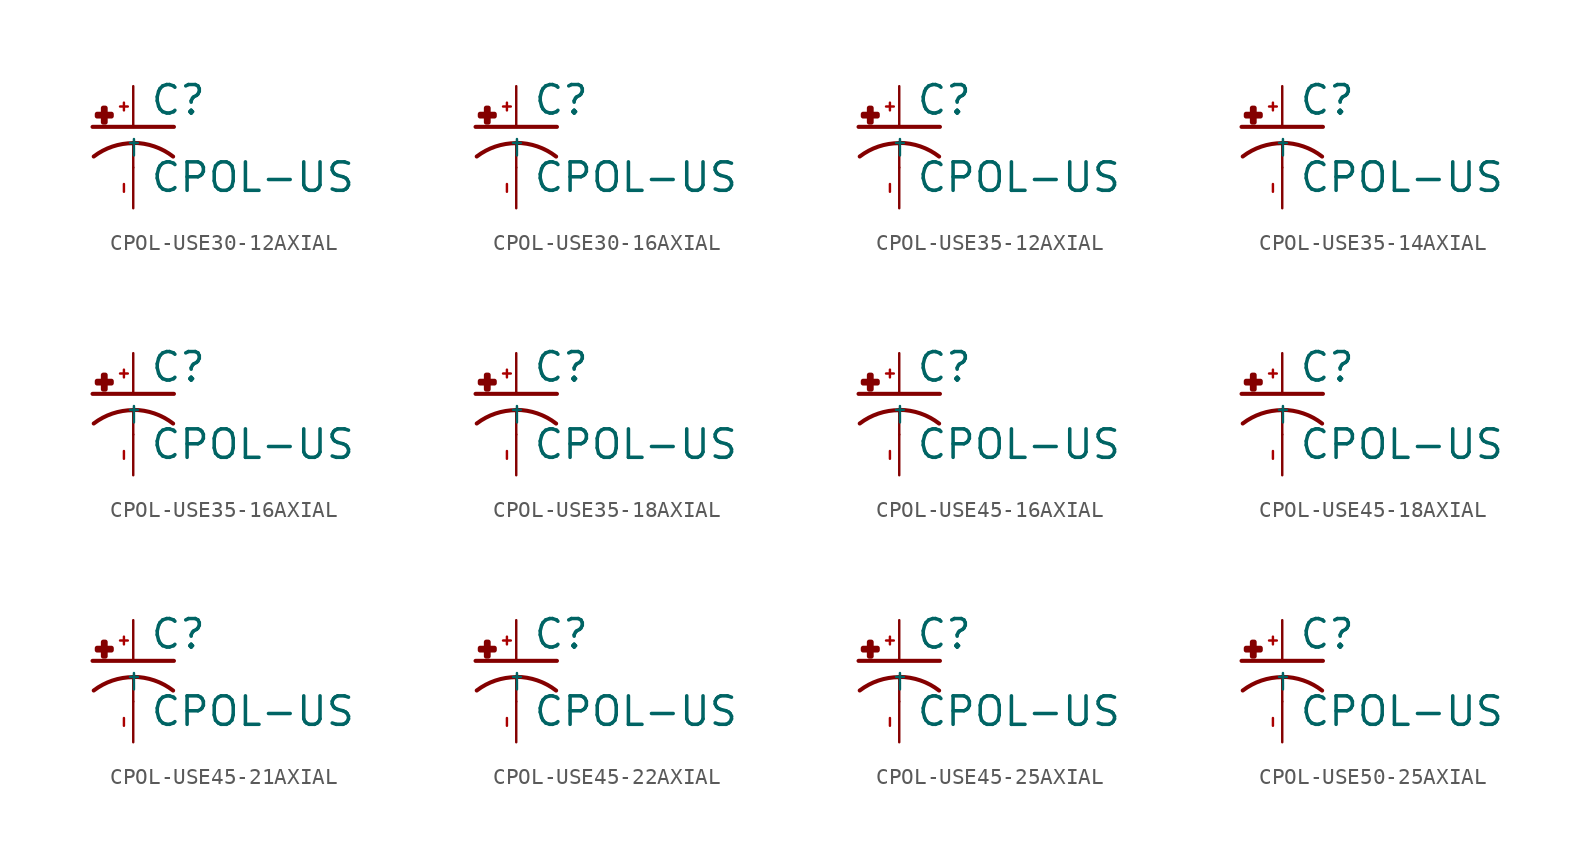
<source format=kicad_sym>
(kicad_symbol_lib
  (version 20220914)
  (generator Eagle2Kicad)
  (symbol "CPOL-USE30-12AXIAL"
    (property "Reference" "C"
      (at 1.016 0.635 0)
      (effects (font (size 1.778 1.778) (thickness 0.22)) (justify left bottom)))
    (property "Value" "CPOL-US"
      (at 1.016 -4.191 0)
      (effects (font (size 1.778 1.778) (thickness 0.22)) (justify left bottom)))
    (polyline
      (pts (xy -2.54 0) (xy 2.54 0))
      (stroke (width 0.254) (type default))
      (fill (type none)))
    (polyline
      (pts (xy 0 -1.016) (xy 0 -2.54))
      (stroke (width 0.152) (type default))
      (fill (type none)))
    (arc
      (start 2.4892 -1.8542)
      (mid 1.316 -1.220)
      (end 0 -1)
      (stroke (width 0.254) (type default))
      (fill (type none)))
    (arc
      (start 0 -1.0161)
      (mid -1.302 -1.230)
      (end -2.4669 -1.8504)
      (stroke (width 0.254) (type default))
      (fill (type none)))
    (rectangle
      (start -2.253 0.668)
      (end -1.364 0.795)
      (stroke (width 0.3) (type default))
      (fill (type outline)))
    (rectangle
      (start -1.872 0.287)
      (end -1.745 1.176)
      (stroke (width 0.3) (type default))
      (fill (type outline)))
    (pin passive line
      (at 0 2.54 270)
      (length 2.54)
      (name "+" (effects (font (size 0.635 0.635) (thickness 0.08)) (justify left bottom)))
      (number "+" (effects (font (size 0.635 0.635) (thickness 0.08)) (justify left bottom))))
    (pin passive line
      (at 0 -5.08 90)
      (length 2.54)
      (name "-" (effects (font (size 0.635 0.635) (thickness 0.08)) (justify left bottom)))
      (number "-" (effects (font (size 0.635 0.635) (thickness 0.08)) (justify left bottom)))))
  (symbol "CPOL-USE30-16AXIAL"
    (property "Reference" "C"
      (at 1.016 0.635 0)
      (effects (font (size 1.778 1.778) (thickness 0.22)) (justify left bottom)))
    (property "Value" "CPOL-US"
      (at 1.016 -4.191 0)
      (effects (font (size 1.778 1.778) (thickness 0.22)) (justify left bottom)))
    (polyline
      (pts (xy -2.54 0) (xy 2.54 0))
      (stroke (width 0.254) (type default))
      (fill (type none)))
    (polyline
      (pts (xy 0 -1.016) (xy 0 -2.54))
      (stroke (width 0.152) (type default))
      (fill (type none)))
    (arc
      (start 2.4892 -1.8542)
      (mid 1.316 -1.220)
      (end 0 -1)
      (stroke (width 0.254) (type default))
      (fill (type none)))
    (arc
      (start 0 -1.0161)
      (mid -1.302 -1.230)
      (end -2.4669 -1.8504)
      (stroke (width 0.254) (type default))
      (fill (type none)))
    (rectangle
      (start -2.253 0.668)
      (end -1.364 0.795)
      (stroke (width 0.3) (type default))
      (fill (type outline)))
    (rectangle
      (start -1.872 0.287)
      (end -1.745 1.176)
      (stroke (width 0.3) (type default))
      (fill (type outline)))
    (pin passive line
      (at 0 2.54 270)
      (length 2.54)
      (name "+" (effects (font (size 0.635 0.635) (thickness 0.08)) (justify left bottom)))
      (number "+" (effects (font (size 0.635 0.635) (thickness 0.08)) (justify left bottom))))
    (pin passive line
      (at 0 -5.08 90)
      (length 2.54)
      (name "-" (effects (font (size 0.635 0.635) (thickness 0.08)) (justify left bottom)))
      (number "-" (effects (font (size 0.635 0.635) (thickness 0.08)) (justify left bottom)))))
  (symbol "CPOL-USE35-12AXIAL"
    (property "Reference" "C"
      (at 1.016 0.635 0)
      (effects (font (size 1.778 1.778) (thickness 0.22)) (justify left bottom)))
    (property "Value" "CPOL-US"
      (at 1.016 -4.191 0)
      (effects (font (size 1.778 1.778) (thickness 0.22)) (justify left bottom)))
    (polyline
      (pts (xy -2.54 0) (xy 2.54 0))
      (stroke (width 0.254) (type default))
      (fill (type none)))
    (polyline
      (pts (xy 0 -1.016) (xy 0 -2.54))
      (stroke (width 0.152) (type default))
      (fill (type none)))
    (arc
      (start 2.4892 -1.8542)
      (mid 1.316 -1.220)
      (end 0 -1)
      (stroke (width 0.254) (type default))
      (fill (type none)))
    (arc
      (start 0 -1.0161)
      (mid -1.302 -1.230)
      (end -2.4669 -1.8504)
      (stroke (width 0.254) (type default))
      (fill (type none)))
    (rectangle
      (start -2.253 0.668)
      (end -1.364 0.795)
      (stroke (width 0.3) (type default))
      (fill (type outline)))
    (rectangle
      (start -1.872 0.287)
      (end -1.745 1.176)
      (stroke (width 0.3) (type default))
      (fill (type outline)))
    (pin passive line
      (at 0 2.54 270)
      (length 2.54)
      (name "+" (effects (font (size 0.635 0.635) (thickness 0.08)) (justify left bottom)))
      (number "+" (effects (font (size 0.635 0.635) (thickness 0.08)) (justify left bottom))))
    (pin passive line
      (at 0 -5.08 90)
      (length 2.54)
      (name "-" (effects (font (size 0.635 0.635) (thickness 0.08)) (justify left bottom)))
      (number "-" (effects (font (size 0.635 0.635) (thickness 0.08)) (justify left bottom)))))
  (symbol "CPOL-USE35-14AXIAL"
    (property "Reference" "C"
      (at 1.016 0.635 0)
      (effects (font (size 1.778 1.778) (thickness 0.22)) (justify left bottom)))
    (property "Value" "CPOL-US"
      (at 1.016 -4.191 0)
      (effects (font (size 1.778 1.778) (thickness 0.22)) (justify left bottom)))
    (polyline
      (pts (xy -2.54 0) (xy 2.54 0))
      (stroke (width 0.254) (type default))
      (fill (type none)))
    (polyline
      (pts (xy 0 -1.016) (xy 0 -2.54))
      (stroke (width 0.152) (type default))
      (fill (type none)))
    (arc
      (start 2.4892 -1.8542)
      (mid 1.316 -1.220)
      (end 0 -1)
      (stroke (width 0.254) (type default))
      (fill (type none)))
    (arc
      (start 0 -1.0161)
      (mid -1.302 -1.230)
      (end -2.4669 -1.8504)
      (stroke (width 0.254) (type default))
      (fill (type none)))
    (rectangle
      (start -2.253 0.668)
      (end -1.364 0.795)
      (stroke (width 0.3) (type default))
      (fill (type outline)))
    (rectangle
      (start -1.872 0.287)
      (end -1.745 1.176)
      (stroke (width 0.3) (type default))
      (fill (type outline)))
    (pin passive line
      (at 0 2.54 270)
      (length 2.54)
      (name "+" (effects (font (size 0.635 0.635) (thickness 0.08)) (justify left bottom)))
      (number "+" (effects (font (size 0.635 0.635) (thickness 0.08)) (justify left bottom))))
    (pin passive line
      (at 0 -5.08 90)
      (length 2.54)
      (name "-" (effects (font (size 0.635 0.635) (thickness 0.08)) (justify left bottom)))
      (number "-" (effects (font (size 0.635 0.635) (thickness 0.08)) (justify left bottom)))))
  (symbol "CPOL-USE35-16AXIAL"
    (property "Reference" "C"
      (at 1.016 0.635 0)
      (effects (font (size 1.778 1.778) (thickness 0.22)) (justify left bottom)))
    (property "Value" "CPOL-US"
      (at 1.016 -4.191 0)
      (effects (font (size 1.778 1.778) (thickness 0.22)) (justify left bottom)))
    (polyline
      (pts (xy -2.54 0) (xy 2.54 0))
      (stroke (width 0.254) (type default))
      (fill (type none)))
    (polyline
      (pts (xy 0 -1.016) (xy 0 -2.54))
      (stroke (width 0.152) (type default))
      (fill (type none)))
    (arc
      (start 2.4892 -1.8542)
      (mid 1.316 -1.220)
      (end 0 -1)
      (stroke (width 0.254) (type default))
      (fill (type none)))
    (arc
      (start 0 -1.0161)
      (mid -1.302 -1.230)
      (end -2.4669 -1.8504)
      (stroke (width 0.254) (type default))
      (fill (type none)))
    (rectangle
      (start -2.253 0.668)
      (end -1.364 0.795)
      (stroke (width 0.3) (type default))
      (fill (type outline)))
    (rectangle
      (start -1.872 0.287)
      (end -1.745 1.176)
      (stroke (width 0.3) (type default))
      (fill (type outline)))
    (pin passive line
      (at 0 2.54 270)
      (length 2.54)
      (name "+" (effects (font (size 0.635 0.635) (thickness 0.08)) (justify left bottom)))
      (number "+" (effects (font (size 0.635 0.635) (thickness 0.08)) (justify left bottom))))
    (pin passive line
      (at 0 -5.08 90)
      (length 2.54)
      (name "-" (effects (font (size 0.635 0.635) (thickness 0.08)) (justify left bottom)))
      (number "-" (effects (font (size 0.635 0.635) (thickness 0.08)) (justify left bottom)))))
  (symbol "CPOL-USE35-18AXIAL"
    (property "Reference" "C"
      (at 1.016 0.635 0)
      (effects (font (size 1.778 1.778) (thickness 0.22)) (justify left bottom)))
    (property "Value" "CPOL-US"
      (at 1.016 -4.191 0)
      (effects (font (size 1.778 1.778) (thickness 0.22)) (justify left bottom)))
    (polyline
      (pts (xy -2.54 0) (xy 2.54 0))
      (stroke (width 0.254) (type default))
      (fill (type none)))
    (polyline
      (pts (xy 0 -1.016) (xy 0 -2.54))
      (stroke (width 0.152) (type default))
      (fill (type none)))
    (arc
      (start 2.4892 -1.8542)
      (mid 1.316 -1.220)
      (end 0 -1)
      (stroke (width 0.254) (type default))
      (fill (type none)))
    (arc
      (start 0 -1.0161)
      (mid -1.302 -1.230)
      (end -2.4669 -1.8504)
      (stroke (width 0.254) (type default))
      (fill (type none)))
    (rectangle
      (start -2.253 0.668)
      (end -1.364 0.795)
      (stroke (width 0.3) (type default))
      (fill (type outline)))
    (rectangle
      (start -1.872 0.287)
      (end -1.745 1.176)
      (stroke (width 0.3) (type default))
      (fill (type outline)))
    (pin passive line
      (at 0 2.54 270)
      (length 2.54)
      (name "+" (effects (font (size 0.635 0.635) (thickness 0.08)) (justify left bottom)))
      (number "+" (effects (font (size 0.635 0.635) (thickness 0.08)) (justify left bottom))))
    (pin passive line
      (at 0 -5.08 90)
      (length 2.54)
      (name "-" (effects (font (size 0.635 0.635) (thickness 0.08)) (justify left bottom)))
      (number "-" (effects (font (size 0.635 0.635) (thickness 0.08)) (justify left bottom)))))
  (symbol "CPOL-USE45-16AXIAL"
    (property "Reference" "C"
      (at 1.016 0.635 0)
      (effects (font (size 1.778 1.778) (thickness 0.22)) (justify left bottom)))
    (property "Value" "CPOL-US"
      (at 1.016 -4.191 0)
      (effects (font (size 1.778 1.778) (thickness 0.22)) (justify left bottom)))
    (polyline
      (pts (xy -2.54 0) (xy 2.54 0))
      (stroke (width 0.254) (type default))
      (fill (type none)))
    (polyline
      (pts (xy 0 -1.016) (xy 0 -2.54))
      (stroke (width 0.152) (type default))
      (fill (type none)))
    (arc
      (start 2.4892 -1.8542)
      (mid 1.316 -1.220)
      (end 0 -1)
      (stroke (width 0.254) (type default))
      (fill (type none)))
    (arc
      (start 0 -1.0161)
      (mid -1.302 -1.230)
      (end -2.4669 -1.8504)
      (stroke (width 0.254) (type default))
      (fill (type none)))
    (rectangle
      (start -2.253 0.668)
      (end -1.364 0.795)
      (stroke (width 0.3) (type default))
      (fill (type outline)))
    (rectangle
      (start -1.872 0.287)
      (end -1.745 1.176)
      (stroke (width 0.3) (type default))
      (fill (type outline)))
    (pin passive line
      (at 0 2.54 270)
      (length 2.54)
      (name "+" (effects (font (size 0.635 0.635) (thickness 0.08)) (justify left bottom)))
      (number "+" (effects (font (size 0.635 0.635) (thickness 0.08)) (justify left bottom))))
    (pin passive line
      (at 0 -5.08 90)
      (length 2.54)
      (name "-" (effects (font (size 0.635 0.635) (thickness 0.08)) (justify left bottom)))
      (number "-" (effects (font (size 0.635 0.635) (thickness 0.08)) (justify left bottom)))))
  (symbol "CPOL-USE45-18AXIAL"
    (property "Reference" "C"
      (at 1.016 0.635 0)
      (effects (font (size 1.778 1.778) (thickness 0.22)) (justify left bottom)))
    (property "Value" "CPOL-US"
      (at 1.016 -4.191 0)
      (effects (font (size 1.778 1.778) (thickness 0.22)) (justify left bottom)))
    (polyline
      (pts (xy -2.54 0) (xy 2.54 0))
      (stroke (width 0.254) (type default))
      (fill (type none)))
    (polyline
      (pts (xy 0 -1.016) (xy 0 -2.54))
      (stroke (width 0.152) (type default))
      (fill (type none)))
    (arc
      (start 2.4892 -1.8542)
      (mid 1.316 -1.220)
      (end 0 -1)
      (stroke (width 0.254) (type default))
      (fill (type none)))
    (arc
      (start 0 -1.0161)
      (mid -1.302 -1.230)
      (end -2.4669 -1.8504)
      (stroke (width 0.254) (type default))
      (fill (type none)))
    (rectangle
      (start -2.253 0.668)
      (end -1.364 0.795)
      (stroke (width 0.3) (type default))
      (fill (type outline)))
    (rectangle
      (start -1.872 0.287)
      (end -1.745 1.176)
      (stroke (width 0.3) (type default))
      (fill (type outline)))
    (pin passive line
      (at 0 2.54 270)
      (length 2.54)
      (name "+" (effects (font (size 0.635 0.635) (thickness 0.08)) (justify left bottom)))
      (number "+" (effects (font (size 0.635 0.635) (thickness 0.08)) (justify left bottom))))
    (pin passive line
      (at 0 -5.08 90)
      (length 2.54)
      (name "-" (effects (font (size 0.635 0.635) (thickness 0.08)) (justify left bottom)))
      (number "-" (effects (font (size 0.635 0.635) (thickness 0.08)) (justify left bottom)))))
  (symbol "CPOL-USE45-21AXIAL"
    (property "Reference" "C"
      (at 1.016 0.635 0)
      (effects (font (size 1.778 1.778) (thickness 0.22)) (justify left bottom)))
    (property "Value" "CPOL-US"
      (at 1.016 -4.191 0)
      (effects (font (size 1.778 1.778) (thickness 0.22)) (justify left bottom)))
    (polyline
      (pts (xy -2.54 0) (xy 2.54 0))
      (stroke (width 0.254) (type default))
      (fill (type none)))
    (polyline
      (pts (xy 0 -1.016) (xy 0 -2.54))
      (stroke (width 0.152) (type default))
      (fill (type none)))
    (arc
      (start 2.4892 -1.8542)
      (mid 1.316 -1.220)
      (end 0 -1)
      (stroke (width 0.254) (type default))
      (fill (type none)))
    (arc
      (start 0 -1.0161)
      (mid -1.302 -1.230)
      (end -2.4669 -1.8504)
      (stroke (width 0.254) (type default))
      (fill (type none)))
    (rectangle
      (start -2.253 0.668)
      (end -1.364 0.795)
      (stroke (width 0.3) (type default))
      (fill (type outline)))
    (rectangle
      (start -1.872 0.287)
      (end -1.745 1.176)
      (stroke (width 0.3) (type default))
      (fill (type outline)))
    (pin passive line
      (at 0 2.54 270)
      (length 2.54)
      (name "+" (effects (font (size 0.635 0.635) (thickness 0.08)) (justify left bottom)))
      (number "+" (effects (font (size 0.635 0.635) (thickness 0.08)) (justify left bottom))))
    (pin passive line
      (at 0 -5.08 90)
      (length 2.54)
      (name "-" (effects (font (size 0.635 0.635) (thickness 0.08)) (justify left bottom)))
      (number "-" (effects (font (size 0.635 0.635) (thickness 0.08)) (justify left bottom)))))
  (symbol "CPOL-USE45-22AXIAL"
    (property "Reference" "C"
      (at 1.016 0.635 0)
      (effects (font (size 1.778 1.778) (thickness 0.22)) (justify left bottom)))
    (property "Value" "CPOL-US"
      (at 1.016 -4.191 0)
      (effects (font (size 1.778 1.778) (thickness 0.22)) (justify left bottom)))
    (polyline
      (pts (xy -2.54 0) (xy 2.54 0))
      (stroke (width 0.254) (type default))
      (fill (type none)))
    (polyline
      (pts (xy 0 -1.016) (xy 0 -2.54))
      (stroke (width 0.152) (type default))
      (fill (type none)))
    (arc
      (start 2.4892 -1.8542)
      (mid 1.316 -1.220)
      (end 0 -1)
      (stroke (width 0.254) (type default))
      (fill (type none)))
    (arc
      (start 0 -1.0161)
      (mid -1.302 -1.230)
      (end -2.4669 -1.8504)
      (stroke (width 0.254) (type default))
      (fill (type none)))
    (rectangle
      (start -2.253 0.668)
      (end -1.364 0.795)
      (stroke (width 0.3) (type default))
      (fill (type outline)))
    (rectangle
      (start -1.872 0.287)
      (end -1.745 1.176)
      (stroke (width 0.3) (type default))
      (fill (type outline)))
    (pin passive line
      (at 0 2.54 270)
      (length 2.54)
      (name "+" (effects (font (size 0.635 0.635) (thickness 0.08)) (justify left bottom)))
      (number "+" (effects (font (size 0.635 0.635) (thickness 0.08)) (justify left bottom))))
    (pin passive line
      (at 0 -5.08 90)
      (length 2.54)
      (name "-" (effects (font (size 0.635 0.635) (thickness 0.08)) (justify left bottom)))
      (number "-" (effects (font (size 0.635 0.635) (thickness 0.08)) (justify left bottom)))))
  (symbol "CPOL-USE45-25AXIAL"
    (property "Reference" "C"
      (at 1.016 0.635 0)
      (effects (font (size 1.778 1.778) (thickness 0.22)) (justify left bottom)))
    (property "Value" "CPOL-US"
      (at 1.016 -4.191 0)
      (effects (font (size 1.778 1.778) (thickness 0.22)) (justify left bottom)))
    (polyline
      (pts (xy -2.54 0) (xy 2.54 0))
      (stroke (width 0.254) (type default))
      (fill (type none)))
    (polyline
      (pts (xy 0 -1.016) (xy 0 -2.54))
      (stroke (width 0.152) (type default))
      (fill (type none)))
    (arc
      (start 2.4892 -1.8542)
      (mid 1.316 -1.220)
      (end 0 -1)
      (stroke (width 0.254) (type default))
      (fill (type none)))
    (arc
      (start 0 -1.0161)
      (mid -1.302 -1.230)
      (end -2.4669 -1.8504)
      (stroke (width 0.254) (type default))
      (fill (type none)))
    (rectangle
      (start -2.253 0.668)
      (end -1.364 0.795)
      (stroke (width 0.3) (type default))
      (fill (type outline)))
    (rectangle
      (start -1.872 0.287)
      (end -1.745 1.176)
      (stroke (width 0.3) (type default))
      (fill (type outline)))
    (pin passive line
      (at 0 2.54 270)
      (length 2.54)
      (name "+" (effects (font (size 0.635 0.635) (thickness 0.08)) (justify left bottom)))
      (number "+" (effects (font (size 0.635 0.635) (thickness 0.08)) (justify left bottom))))
    (pin passive line
      (at 0 -5.08 90)
      (length 2.54)
      (name "-" (effects (font (size 0.635 0.635) (thickness 0.08)) (justify left bottom)))
      (number "-" (effects (font (size 0.635 0.635) (thickness 0.08)) (justify left bottom)))))
  (symbol "CPOL-USE50-25AXIAL"
    (property "Reference" "C"
      (at 1.016 0.635 0)
      (effects (font (size 1.778 1.778) (thickness 0.22)) (justify left bottom)))
    (property "Value" "CPOL-US"
      (at 1.016 -4.191 0)
      (effects (font (size 1.778 1.778) (thickness 0.22)) (justify left bottom)))
    (polyline
      (pts (xy -2.54 0) (xy 2.54 0))
      (stroke (width 0.254) (type default))
      (fill (type none)))
    (polyline
      (pts (xy 0 -1.016) (xy 0 -2.54))
      (stroke (width 0.152) (type default))
      (fill (type none)))
    (arc
      (start 2.4892 -1.8542)
      (mid 1.316 -1.220)
      (end 0 -1)
      (stroke (width 0.254) (type default))
      (fill (type none)))
    (arc
      (start 0 -1.0161)
      (mid -1.302 -1.230)
      (end -2.4669 -1.8504)
      (stroke (width 0.254) (type default))
      (fill (type none)))
    (rectangle
      (start -2.253 0.668)
      (end -1.364 0.795)
      (stroke (width 0.3) (type default))
      (fill (type outline)))
    (rectangle
      (start -1.872 0.287)
      (end -1.745 1.176)
      (stroke (width 0.3) (type default))
      (fill (type outline)))
    (pin passive line
      (at 0 2.54 270)
      (length 2.54)
      (name "+" (effects (font (size 0.635 0.635) (thickness 0.08)) (justify left bottom)))
      (number "+" (effects (font (size 0.635 0.635) (thickness 0.08)) (justify left bottom))))
    (pin passive line
      (at 0 -5.08 90)
      (length 2.54)
      (name "-" (effects (font (size 0.635 0.635) (thickness 0.08)) (justify left bottom)))
      (number "-" (effects (font (size 0.635 0.635) (thickness 0.08)) (justify left bottom))))))
</source>
